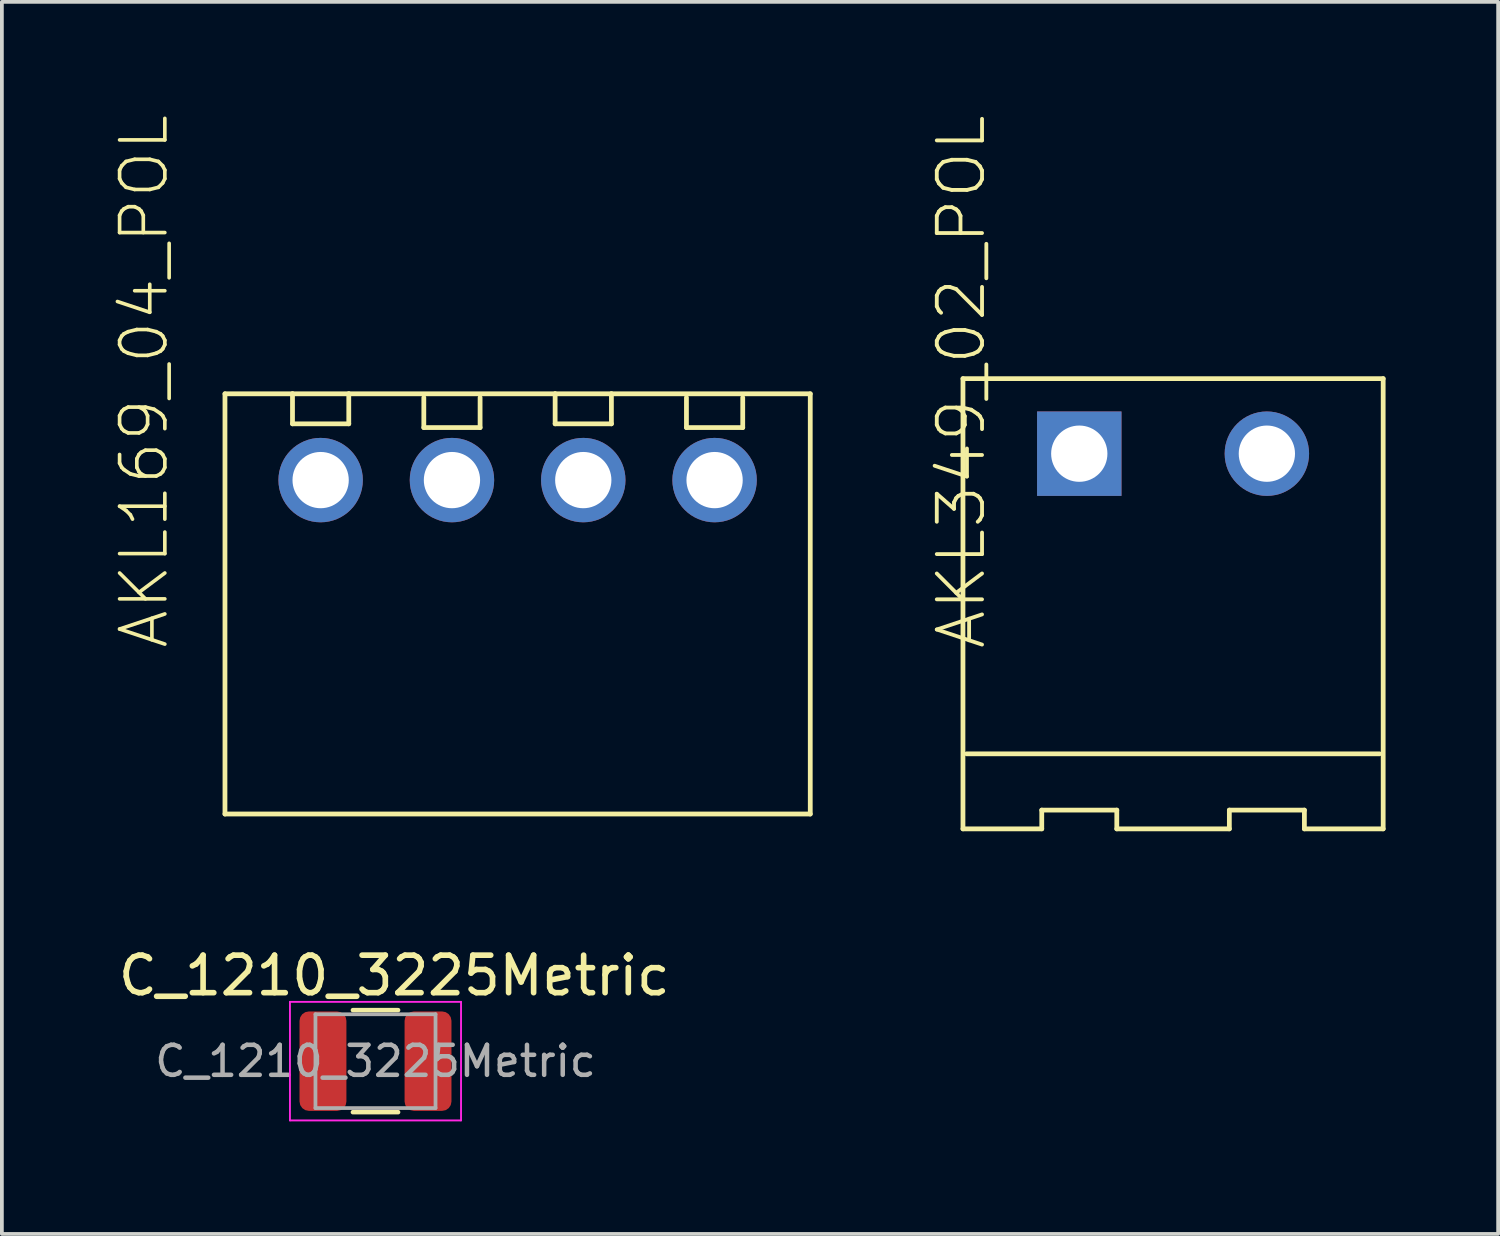
<source format=kicad_pcb>
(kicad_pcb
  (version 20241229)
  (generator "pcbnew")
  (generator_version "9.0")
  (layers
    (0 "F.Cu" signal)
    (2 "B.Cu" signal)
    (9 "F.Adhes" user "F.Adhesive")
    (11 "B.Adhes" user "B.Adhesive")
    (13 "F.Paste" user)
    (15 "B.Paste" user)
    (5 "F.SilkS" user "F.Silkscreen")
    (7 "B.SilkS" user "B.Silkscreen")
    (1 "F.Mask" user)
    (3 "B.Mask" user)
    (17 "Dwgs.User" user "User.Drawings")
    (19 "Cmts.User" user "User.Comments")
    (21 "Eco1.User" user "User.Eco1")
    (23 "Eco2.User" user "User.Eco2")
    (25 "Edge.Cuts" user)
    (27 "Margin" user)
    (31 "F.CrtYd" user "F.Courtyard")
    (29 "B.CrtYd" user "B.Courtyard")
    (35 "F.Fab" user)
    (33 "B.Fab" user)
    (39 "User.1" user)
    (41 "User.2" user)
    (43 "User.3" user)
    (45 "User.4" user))
  (footprint "AKL349_02_POL"
    (layer "F.Cu")
    (at 28.216 13.042)
    (property "Reference" "AKL349_02_POL" (at -6.35 1.27 270) (layer "F.SilkS") (effects (font (size 1.206 1.206) (thickness 0.102)) (justify left top)))
    (attr through_hole)
    (fp_line (start -5.6 -6) (end -5.6 6) (stroke (width 0.127) (type solid)) (layer "F.SilkS"))
    (fp_line (start -5.6 -6) (end 5.6 -6) (stroke (width 0.127) (type solid)) (layer "F.SilkS"))
    (fp_line (start -5.6 6) (end -3.5 6) (stroke (width 0.127) (type solid)) (layer "F.SilkS"))
    (fp_line (start -5.5 4) (end 5.5 4) (stroke (width 0.127) (type solid)) (layer "F.SilkS"))
    (fp_line (start -3.5 5.5) (end -1.5 5.5) (stroke (width 0.127) (type solid)) (layer "F.SilkS"))
    (fp_line (start -3.5 6) (end -3.5 5.5) (stroke (width 0.127) (type solid)) (layer "F.SilkS"))
    (fp_line (start -1.5 5.5) (end -1.5 6) (stroke (width 0.127) (type solid)) (layer "F.SilkS"))
    (fp_line (start -1.5 6) (end 1.5 6) (stroke (width 0.127) (type solid)) (layer "F.SilkS"))
    (fp_line (start 1.5 5.5) (end 3.5 5.5) (stroke (width 0.127) (type solid)) (layer "F.SilkS"))
    (fp_line (start 1.5 6) (end 1.5 5.5) (stroke (width 0.127) (type solid)) (layer "F.SilkS"))
    (fp_line (start 3.5 5.5) (end 3.5 6) (stroke (width 0.127) (type solid)) (layer "F.SilkS"))
    (fp_line (start 3.5 6) (end 5.6 6) (stroke (width 0.127) (type solid)) (layer "F.SilkS"))
    (fp_line (start 5.6 -6) (end 5.6 6) (stroke (width 0.127) (type solid)) (layer "F.SilkS"))
    (pad "1" thru_hole rect (at -2.5 -4) (size 2.25 2.25) (drill 1.5) (layers "*.Cu" "*.Mask"))
    (pad "2" thru_hole circle (at 2.5 -4) (size 2.25 2.25) (drill 1.5) (layers "*.Cu" "*.Mask")))
  (footprint "C_1210_3225Metric"
    (layer "F.Cu")
    (at 6.958 25.233)
    (property "Reference" "C_1210_3225Metric" (at 0.5 -2.28 180) (layer "F.SilkS") (effects (font (size 1 1) (thickness 0.15))))
    (attr smd)
    (fp_line (start -0.602 -1.36) (end 0.602 -1.36) (stroke (width 0.12) (type solid)) (layer "F.SilkS"))
    (fp_line (start -0.602 1.36) (end 0.602 1.36) (stroke (width 0.12) (type solid)) (layer "F.SilkS"))
    (fp_line (start -2.28 -1.58) (end 2.28 -1.58) (stroke (width 0.05) (type solid)) (layer "F.CrtYd"))
    (fp_line (start -2.28 1.58) (end -2.28 -1.58) (stroke (width 0.05) (type solid)) (layer "F.CrtYd"))
    (fp_line (start 2.28 -1.58) (end 2.28 1.58) (stroke (width 0.05) (type solid)) (layer "F.CrtYd"))
    (fp_line (start 2.28 1.58) (end -2.28 1.58) (stroke (width 0.05) (type solid)) (layer "F.CrtYd"))
    (fp_line (start -1.6 -1.25) (end 1.6 -1.25) (stroke (width 0.1) (type solid)) (layer "F.Fab"))
    (fp_line (start -1.6 1.25) (end -1.6 -1.25) (stroke (width 0.1) (type solid)) (layer "F.Fab"))
    (fp_line (start 1.6 -1.25) (end 1.6 1.25) (stroke (width 0.1) (type solid)) (layer "F.Fab"))
    (fp_line (start 1.6 1.25) (end -1.6 1.25) (stroke (width 0.1) (type solid)) (layer "F.Fab"))
    (fp_text user "${REFERENCE}" (at 0 0 180) (layer "F.Fab") (effects (font (size 0.8 0.8) (thickness 0.12))))
    (pad "1" smd roundrect (at -1.4 0) (size 1.25 2.65) (layers "F.Cu" "F.Mask" "F.Paste") (roundrect_rratio 0.2))
    (pad "2" smd roundrect (at 1.4 0) (size 1.25 2.65) (layers "F.Cu" "F.Mask" "F.Paste") (roundrect_rratio 0.2)))
  (footprint "AKL169_04_POL"
    (layer "F.Cu")
    (at 10.746 13.046)
    (property "Reference" "AKL169_04_POL" (at -9.25 1.25 90) (layer "F.SilkS") (effects (font (size 1.206 1.206) (thickness 0.097)) (justify left bottom)))
    (attr through_hole)
    (fp_line (start -7.8 -5.6) (end -7.8 5.6) (stroke (width 0.127) (type solid)) (layer "F.SilkS"))
    (fp_line (start -7.8 -5.6) (end -6 -5.6) (stroke (width 0.127) (type solid)) (layer "F.SilkS"))
    (fp_line (start -7.8 5.6) (end 7.8 5.6) (stroke (width 0.127) (type solid)) (layer "F.SilkS"))
    (fp_line (start -6 -5.6) (end -6 -4.8) (stroke (width 0.127) (type solid)) (layer "F.SilkS"))
    (fp_line (start -6 -5.6) (end -4.5 -5.6) (stroke (width 0.127) (type solid)) (layer "F.SilkS"))
    (fp_line (start -6 -4.8) (end -4.5 -4.8) (stroke (width 0.127) (type solid)) (layer "F.SilkS"))
    (fp_line (start -4.5 -5.6) (end 1 -5.6) (stroke (width 0.127) (type solid)) (layer "F.SilkS"))
    (fp_line (start -4.5 -4.8) (end -4.5 -5.6) (stroke (width 0.127) (type solid)) (layer "F.SilkS"))
    (fp_line (start -2.5 -5.5) (end -2.5 -4.7) (stroke (width 0.127) (type solid)) (layer "F.SilkS"))
    (fp_line (start -2.5 -4.7) (end -1 -4.7) (stroke (width 0.127) (type solid)) (layer "F.SilkS"))
    (fp_line (start -1 -4.7) (end -1 -5.5) (stroke (width 0.127) (type solid)) (layer "F.SilkS"))
    (fp_line (start 1 -5.6) (end 1 -4.8) (stroke (width 0.127) (type solid)) (layer "F.SilkS"))
    (fp_line (start 1 -5.6) (end 2.5 -5.6) (stroke (width 0.127) (type solid)) (layer "F.SilkS"))
    (fp_line (start 1 -4.8) (end 2.5 -4.8) (stroke (width 0.127) (type solid)) (layer "F.SilkS"))
    (fp_line (start 2.5 -5.6) (end 7.8 -5.6) (stroke (width 0.127) (type solid)) (layer "F.SilkS"))
    (fp_line (start 2.5 -4.8) (end 2.5 -5.6) (stroke (width 0.127) (type solid)) (layer "F.SilkS"))
    (fp_line (start 4.5 -5.5) (end 4.5 -4.7) (stroke (width 0.127) (type solid)) (layer "F.SilkS"))
    (fp_line (start 4.5 -4.7) (end 6 -4.7) (stroke (width 0.127) (type solid)) (layer "F.SilkS"))
    (fp_line (start 6 -4.7) (end 6 -5.5) (stroke (width 0.127) (type solid)) (layer "F.SilkS"))
    (fp_line (start 7.8 -5.6) (end 7.8 5.6) (stroke (width 0.127) (type solid)) (layer "F.SilkS"))
    (pad "1" thru_hole circle (at -5.25 -3.3) (size 2.25 2.25) (drill 1.5) (layers "*.Cu" "*.Mask"))
    (pad "2" thru_hole circle (at -1.75 -3.3) (size 2.25 2.25) (drill 1.5) (layers "*.Cu" "*.Mask"))
    (pad "3" thru_hole circle (at 1.75 -3.3) (size 2.25 2.25) (drill 1.5) (layers "*.Cu" "*.Mask"))
    (pad "4" thru_hole circle (at 5.25 -3.3) (size 2.25 2.25) (drill 1.5) (layers "*.Cu" "*.Mask")))
  (gr_rect
    (start -3 -3)
    (end 36.88 29.838)
    (stroke (width 0.1) (type default))
    (fill no)
    (layer "Edge.Cuts")))
</source>
